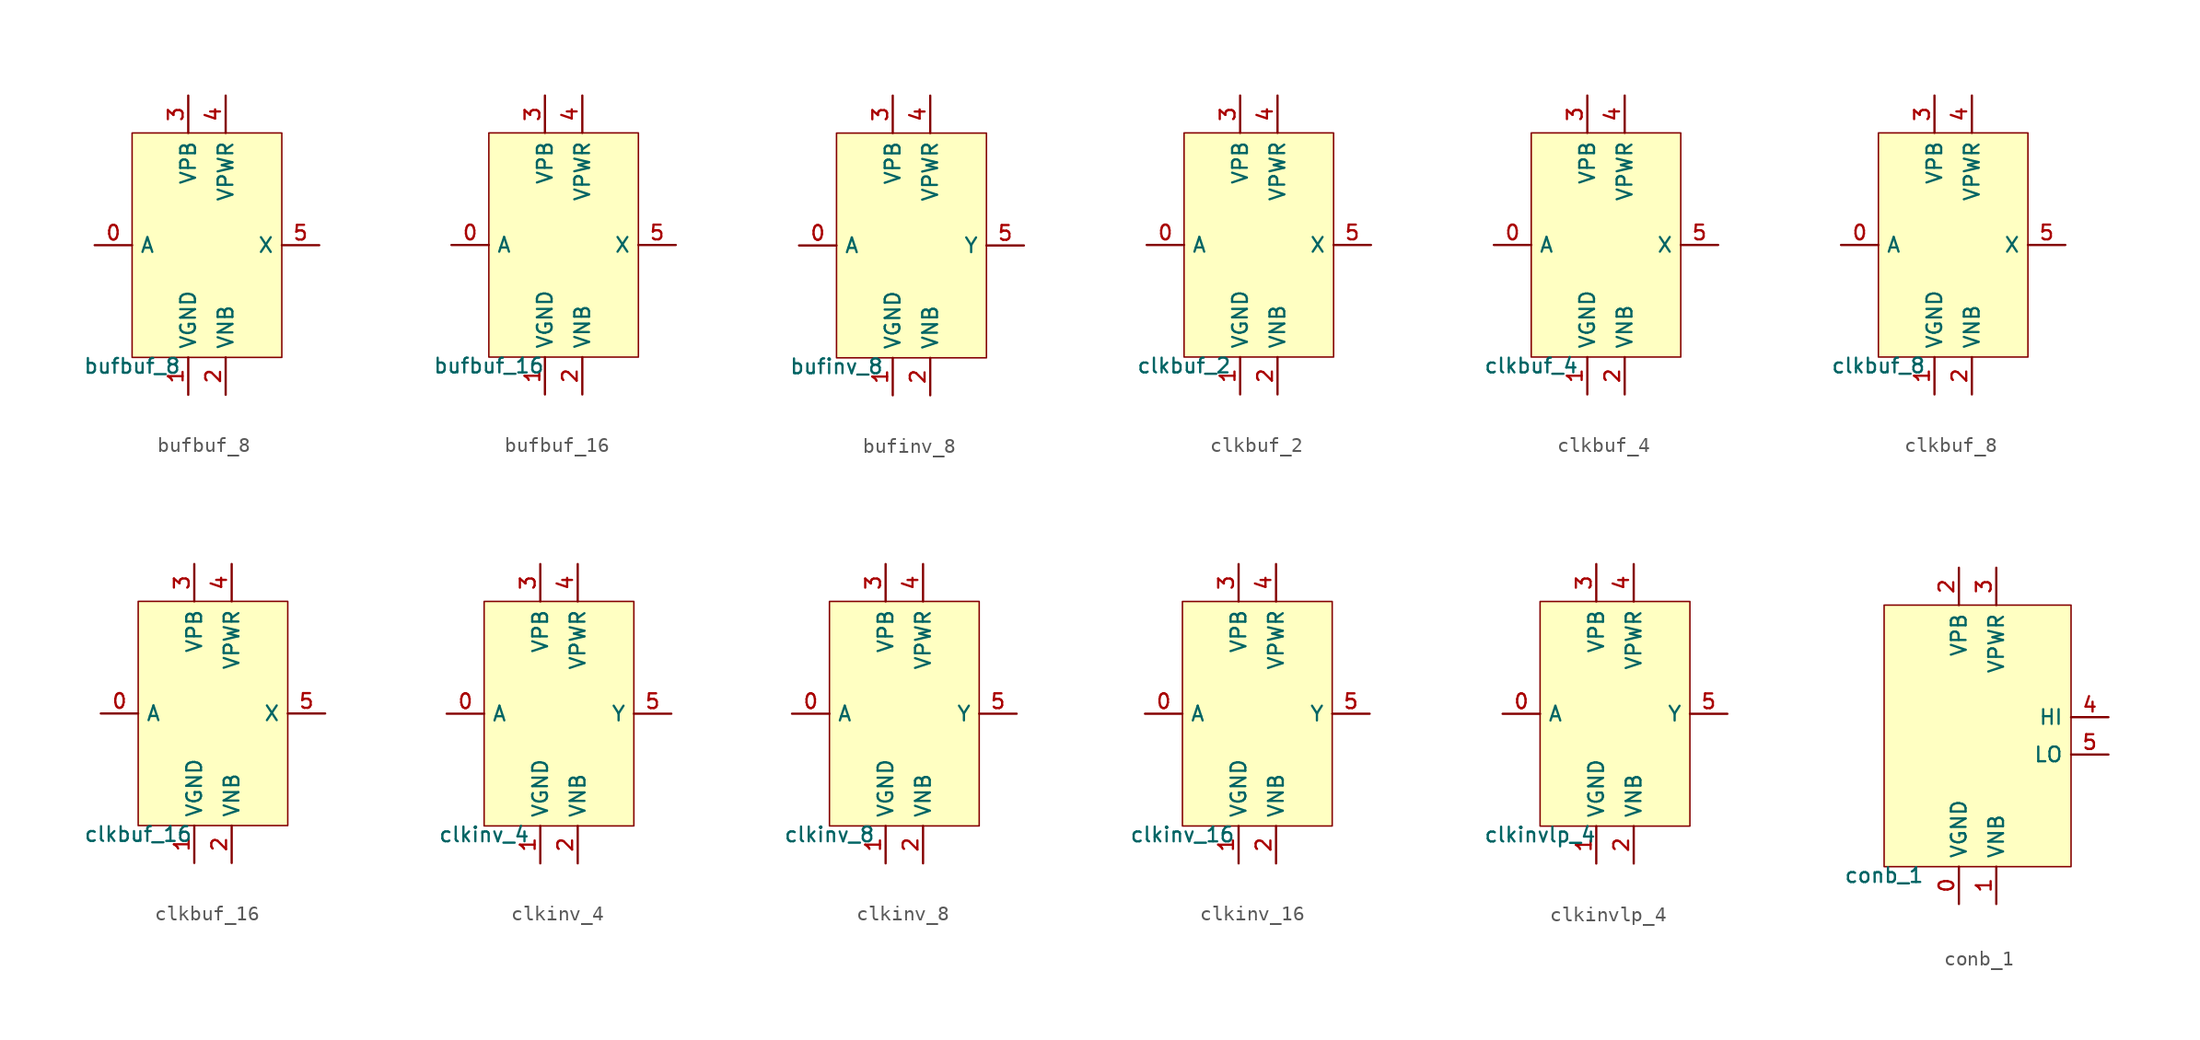
<source format=kicad_sym>
(kicad_symbol_lib
  (version 20211014)
  (generator pdk2kicad)
  (symbol "bufbuf_8"
    (property "Reference" "X"
      (at 0 0 0)
      (effects (font (size 1 1)) hide))
    (property "Value" "bufbuf_8"
      (at -5.08 -7.62 0)
      (effects (font (size 1 1)) (justify top)))
    (rectangle
      (start -5.08 -7.62)
      (end 5.08 7.62)
      (stroke (width 0.1) (type solid) (color 0 0 0 0))
      (fill (type background)))
    (pin input line
      (at -7.62 0.0 0)
      (length 2.54)
      (name "A" (effects (font (size 1 1)) hide))
      (number "0" (effects (font (size 1 1)) hide)))
    (pin power_in line
      (at -1.27 -10.16 90)
      (length 2.54)
      (name "VGND" (effects (font (size 1 1)) hide))
      (number "1" (effects (font (size 1 1)) hide)))
    (pin power_in line
      (at 1.27 -10.16 90)
      (length 2.54)
      (name "VNB" (effects (font (size 1 1)) hide))
      (number "2" (effects (font (size 1 1)) hide)))
    (pin power_in line
      (at -1.27 10.16 270)
      (length 2.54)
      (name "VPB" (effects (font (size 1 1)) hide))
      (number "3" (effects (font (size 1 1)) hide)))
    (pin power_in line
      (at 1.27 10.16 270)
      (length 2.54)
      (name "VPWR" (effects (font (size 1 1)) hide))
      (number "4" (effects (font (size 1 1)) hide)))
    (pin output line
      (at 7.62 0.0 180)
      (length 2.54)
      (name "X" (effects (font (size 1 1)) hide))
      (number "5" (effects (font (size 1 1)) hide))))
  (symbol "bufbuf_16"
    (property "Reference" "X"
      (at 0 0 0)
      (effects (font (size 1 1)) hide))
    (property "Value" "bufbuf_16"
      (at -5.08 -7.62 0)
      (effects (font (size 1 1)) (justify top)))
    (rectangle
      (start -5.08 -7.62)
      (end 5.08 7.62)
      (stroke (width 0.1) (type solid) (color 0 0 0 0))
      (fill (type background)))
    (pin input line
      (at -7.62 0.0 0)
      (length 2.54)
      (name "A" (effects (font (size 1 1)) hide))
      (number "0" (effects (font (size 1 1)) hide)))
    (pin power_in line
      (at -1.27 -10.16 90)
      (length 2.54)
      (name "VGND" (effects (font (size 1 1)) hide))
      (number "1" (effects (font (size 1 1)) hide)))
    (pin power_in line
      (at 1.27 -10.16 90)
      (length 2.54)
      (name "VNB" (effects (font (size 1 1)) hide))
      (number "2" (effects (font (size 1 1)) hide)))
    (pin power_in line
      (at -1.27 10.16 270)
      (length 2.54)
      (name "VPB" (effects (font (size 1 1)) hide))
      (number "3" (effects (font (size 1 1)) hide)))
    (pin power_in line
      (at 1.27 10.16 270)
      (length 2.54)
      (name "VPWR" (effects (font (size 1 1)) hide))
      (number "4" (effects (font (size 1 1)) hide)))
    (pin output line
      (at 7.62 0.0 180)
      (length 2.54)
      (name "X" (effects (font (size 1 1)) hide))
      (number "5" (effects (font (size 1 1)) hide))))
  (symbol "bufinv_8"
    (property "Reference" "X"
      (at 0 0 0)
      (effects (font (size 1 1)) hide))
    (property "Value" "bufinv_8"
      (at -5.08 -7.62 0)
      (effects (font (size 1 1)) (justify top)))
    (rectangle
      (start -5.08 -7.62)
      (end 5.08 7.62)
      (stroke (width 0.1) (type solid) (color 0 0 0 0))
      (fill (type background)))
    (pin input line
      (at -7.62 0.0 0)
      (length 2.54)
      (name "A" (effects (font (size 1 1)) hide))
      (number "0" (effects (font (size 1 1)) hide)))
    (pin power_in line
      (at -1.27 -10.16 90)
      (length 2.54)
      (name "VGND" (effects (font (size 1 1)) hide))
      (number "1" (effects (font (size 1 1)) hide)))
    (pin power_in line
      (at 1.27 -10.16 90)
      (length 2.54)
      (name "VNB" (effects (font (size 1 1)) hide))
      (number "2" (effects (font (size 1 1)) hide)))
    (pin power_in line
      (at -1.27 10.16 270)
      (length 2.54)
      (name "VPB" (effects (font (size 1 1)) hide))
      (number "3" (effects (font (size 1 1)) hide)))
    (pin power_in line
      (at 1.27 10.16 270)
      (length 2.54)
      (name "VPWR" (effects (font (size 1 1)) hide))
      (number "4" (effects (font (size 1 1)) hide)))
    (pin output line
      (at 7.62 0.0 180)
      (length 2.54)
      (name "Y" (effects (font (size 1 1)) hide))
      (number "5" (effects (font (size 1 1)) hide))))
  (symbol "clkbuf_2"
    (property "Reference" "X"
      (at 0 0 0)
      (effects (font (size 1 1)) hide))
    (property "Value" "clkbuf_2"
      (at -5.08 -7.62 0)
      (effects (font (size 1 1)) (justify top)))
    (rectangle
      (start -5.08 -7.62)
      (end 5.08 7.62)
      (stroke (width 0.1) (type solid) (color 0 0 0 0))
      (fill (type background)))
    (pin input line
      (at -7.62 0.0 0)
      (length 2.54)
      (name "A" (effects (font (size 1 1)) hide))
      (number "0" (effects (font (size 1 1)) hide)))
    (pin power_in line
      (at -1.27 -10.16 90)
      (length 2.54)
      (name "VGND" (effects (font (size 1 1)) hide))
      (number "1" (effects (font (size 1 1)) hide)))
    (pin power_in line
      (at 1.27 -10.16 90)
      (length 2.54)
      (name "VNB" (effects (font (size 1 1)) hide))
      (number "2" (effects (font (size 1 1)) hide)))
    (pin power_in line
      (at -1.27 10.16 270)
      (length 2.54)
      (name "VPB" (effects (font (size 1 1)) hide))
      (number "3" (effects (font (size 1 1)) hide)))
    (pin power_in line
      (at 1.27 10.16 270)
      (length 2.54)
      (name "VPWR" (effects (font (size 1 1)) hide))
      (number "4" (effects (font (size 1 1)) hide)))
    (pin output line
      (at 7.62 0.0 180)
      (length 2.54)
      (name "X" (effects (font (size 1 1)) hide))
      (number "5" (effects (font (size 1 1)) hide))))
  (symbol "clkbuf_4"
    (property "Reference" "X"
      (at 0 0 0)
      (effects (font (size 1 1)) hide))
    (property "Value" "clkbuf_4"
      (at -5.08 -7.62 0)
      (effects (font (size 1 1)) (justify top)))
    (rectangle
      (start -5.08 -7.62)
      (end 5.08 7.62)
      (stroke (width 0.1) (type solid) (color 0 0 0 0))
      (fill (type background)))
    (pin input line
      (at -7.62 0.0 0)
      (length 2.54)
      (name "A" (effects (font (size 1 1)) hide))
      (number "0" (effects (font (size 1 1)) hide)))
    (pin power_in line
      (at -1.27 -10.16 90)
      (length 2.54)
      (name "VGND" (effects (font (size 1 1)) hide))
      (number "1" (effects (font (size 1 1)) hide)))
    (pin power_in line
      (at 1.27 -10.16 90)
      (length 2.54)
      (name "VNB" (effects (font (size 1 1)) hide))
      (number "2" (effects (font (size 1 1)) hide)))
    (pin power_in line
      (at -1.27 10.16 270)
      (length 2.54)
      (name "VPB" (effects (font (size 1 1)) hide))
      (number "3" (effects (font (size 1 1)) hide)))
    (pin power_in line
      (at 1.27 10.16 270)
      (length 2.54)
      (name "VPWR" (effects (font (size 1 1)) hide))
      (number "4" (effects (font (size 1 1)) hide)))
    (pin output line
      (at 7.62 0.0 180)
      (length 2.54)
      (name "X" (effects (font (size 1 1)) hide))
      (number "5" (effects (font (size 1 1)) hide))))
  (symbol "clkbuf_8"
    (property "Reference" "X"
      (at 0 0 0)
      (effects (font (size 1 1)) hide))
    (property "Value" "clkbuf_8"
      (at -5.08 -7.62 0)
      (effects (font (size 1 1)) (justify top)))
    (rectangle
      (start -5.08 -7.62)
      (end 5.08 7.62)
      (stroke (width 0.1) (type solid) (color 0 0 0 0))
      (fill (type background)))
    (pin input line
      (at -7.62 0.0 0)
      (length 2.54)
      (name "A" (effects (font (size 1 1)) hide))
      (number "0" (effects (font (size 1 1)) hide)))
    (pin power_in line
      (at -1.27 -10.16 90)
      (length 2.54)
      (name "VGND" (effects (font (size 1 1)) hide))
      (number "1" (effects (font (size 1 1)) hide)))
    (pin power_in line
      (at 1.27 -10.16 90)
      (length 2.54)
      (name "VNB" (effects (font (size 1 1)) hide))
      (number "2" (effects (font (size 1 1)) hide)))
    (pin power_in line
      (at -1.27 10.16 270)
      (length 2.54)
      (name "VPB" (effects (font (size 1 1)) hide))
      (number "3" (effects (font (size 1 1)) hide)))
    (pin power_in line
      (at 1.27 10.16 270)
      (length 2.54)
      (name "VPWR" (effects (font (size 1 1)) hide))
      (number "4" (effects (font (size 1 1)) hide)))
    (pin output line
      (at 7.62 0.0 180)
      (length 2.54)
      (name "X" (effects (font (size 1 1)) hide))
      (number "5" (effects (font (size 1 1)) hide))))
  (symbol "clkbuf_16"
    (property "Reference" "X"
      (at 0 0 0)
      (effects (font (size 1 1)) hide))
    (property "Value" "clkbuf_16"
      (at -5.08 -7.62 0)
      (effects (font (size 1 1)) (justify top)))
    (rectangle
      (start -5.08 -7.62)
      (end 5.08 7.62)
      (stroke (width 0.1) (type solid) (color 0 0 0 0))
      (fill (type background)))
    (pin input line
      (at -7.62 0.0 0)
      (length 2.54)
      (name "A" (effects (font (size 1 1)) hide))
      (number "0" (effects (font (size 1 1)) hide)))
    (pin power_in line
      (at -1.27 -10.16 90)
      (length 2.54)
      (name "VGND" (effects (font (size 1 1)) hide))
      (number "1" (effects (font (size 1 1)) hide)))
    (pin power_in line
      (at 1.27 -10.16 90)
      (length 2.54)
      (name "VNB" (effects (font (size 1 1)) hide))
      (number "2" (effects (font (size 1 1)) hide)))
    (pin power_in line
      (at -1.27 10.16 270)
      (length 2.54)
      (name "VPB" (effects (font (size 1 1)) hide))
      (number "3" (effects (font (size 1 1)) hide)))
    (pin power_in line
      (at 1.27 10.16 270)
      (length 2.54)
      (name "VPWR" (effects (font (size 1 1)) hide))
      (number "4" (effects (font (size 1 1)) hide)))
    (pin output line
      (at 7.62 0.0 180)
      (length 2.54)
      (name "X" (effects (font (size 1 1)) hide))
      (number "5" (effects (font (size 1 1)) hide))))
  (symbol "clkinv_4"
    (property "Reference" "X"
      (at 0 0 0)
      (effects (font (size 1 1)) hide))
    (property "Value" "clkinv_4"
      (at -5.08 -7.62 0)
      (effects (font (size 1 1)) (justify top)))
    (rectangle
      (start -5.08 -7.62)
      (end 5.08 7.62)
      (stroke (width 0.1) (type solid) (color 0 0 0 0))
      (fill (type background)))
    (pin input line
      (at -7.62 0.0 0)
      (length 2.54)
      (name "A" (effects (font (size 1 1)) hide))
      (number "0" (effects (font (size 1 1)) hide)))
    (pin power_in line
      (at -1.27 -10.16 90)
      (length 2.54)
      (name "VGND" (effects (font (size 1 1)) hide))
      (number "1" (effects (font (size 1 1)) hide)))
    (pin power_in line
      (at 1.27 -10.16 90)
      (length 2.54)
      (name "VNB" (effects (font (size 1 1)) hide))
      (number "2" (effects (font (size 1 1)) hide)))
    (pin power_in line
      (at -1.27 10.16 270)
      (length 2.54)
      (name "VPB" (effects (font (size 1 1)) hide))
      (number "3" (effects (font (size 1 1)) hide)))
    (pin power_in line
      (at 1.27 10.16 270)
      (length 2.54)
      (name "VPWR" (effects (font (size 1 1)) hide))
      (number "4" (effects (font (size 1 1)) hide)))
    (pin output line
      (at 7.62 0.0 180)
      (length 2.54)
      (name "Y" (effects (font (size 1 1)) hide))
      (number "5" (effects (font (size 1 1)) hide))))
  (symbol "clkinv_8"
    (property "Reference" "X"
      (at 0 0 0)
      (effects (font (size 1 1)) hide))
    (property "Value" "clkinv_8"
      (at -5.08 -7.62 0)
      (effects (font (size 1 1)) (justify top)))
    (rectangle
      (start -5.08 -7.62)
      (end 5.08 7.62)
      (stroke (width 0.1) (type solid) (color 0 0 0 0))
      (fill (type background)))
    (pin input line
      (at -7.62 0.0 0)
      (length 2.54)
      (name "A" (effects (font (size 1 1)) hide))
      (number "0" (effects (font (size 1 1)) hide)))
    (pin power_in line
      (at -1.27 -10.16 90)
      (length 2.54)
      (name "VGND" (effects (font (size 1 1)) hide))
      (number "1" (effects (font (size 1 1)) hide)))
    (pin power_in line
      (at 1.27 -10.16 90)
      (length 2.54)
      (name "VNB" (effects (font (size 1 1)) hide))
      (number "2" (effects (font (size 1 1)) hide)))
    (pin power_in line
      (at -1.27 10.16 270)
      (length 2.54)
      (name "VPB" (effects (font (size 1 1)) hide))
      (number "3" (effects (font (size 1 1)) hide)))
    (pin power_in line
      (at 1.27 10.16 270)
      (length 2.54)
      (name "VPWR" (effects (font (size 1 1)) hide))
      (number "4" (effects (font (size 1 1)) hide)))
    (pin output line
      (at 7.62 0.0 180)
      (length 2.54)
      (name "Y" (effects (font (size 1 1)) hide))
      (number "5" (effects (font (size 1 1)) hide))))
  (symbol "clkinv_16"
    (property "Reference" "X"
      (at 0 0 0)
      (effects (font (size 1 1)) hide))
    (property "Value" "clkinv_16"
      (at -5.08 -7.62 0)
      (effects (font (size 1 1)) (justify top)))
    (rectangle
      (start -5.08 -7.62)
      (end 5.08 7.62)
      (stroke (width 0.1) (type solid) (color 0 0 0 0))
      (fill (type background)))
    (pin input line
      (at -7.62 0.0 0)
      (length 2.54)
      (name "A" (effects (font (size 1 1)) hide))
      (number "0" (effects (font (size 1 1)) hide)))
    (pin power_in line
      (at -1.27 -10.16 90)
      (length 2.54)
      (name "VGND" (effects (font (size 1 1)) hide))
      (number "1" (effects (font (size 1 1)) hide)))
    (pin power_in line
      (at 1.27 -10.16 90)
      (length 2.54)
      (name "VNB" (effects (font (size 1 1)) hide))
      (number "2" (effects (font (size 1 1)) hide)))
    (pin power_in line
      (at -1.27 10.16 270)
      (length 2.54)
      (name "VPB" (effects (font (size 1 1)) hide))
      (number "3" (effects (font (size 1 1)) hide)))
    (pin power_in line
      (at 1.27 10.16 270)
      (length 2.54)
      (name "VPWR" (effects (font (size 1 1)) hide))
      (number "4" (effects (font (size 1 1)) hide)))
    (pin output line
      (at 7.62 0.0 180)
      (length 2.54)
      (name "Y" (effects (font (size 1 1)) hide))
      (number "5" (effects (font (size 1 1)) hide))))
  (symbol "clkinvlp_4"
    (property "Reference" "X"
      (at 0 0 0)
      (effects (font (size 1 1)) hide))
    (property "Value" "clkinvlp_4"
      (at -5.08 -7.62 0)
      (effects (font (size 1 1)) (justify top)))
    (rectangle
      (start -5.08 -7.62)
      (end 5.08 7.62)
      (stroke (width 0.1) (type solid) (color 0 0 0 0))
      (fill (type background)))
    (pin input line
      (at -7.62 0.0 0)
      (length 2.54)
      (name "A" (effects (font (size 1 1)) hide))
      (number "0" (effects (font (size 1 1)) hide)))
    (pin power_in line
      (at -1.27 -10.16 90)
      (length 2.54)
      (name "VGND" (effects (font (size 1 1)) hide))
      (number "1" (effects (font (size 1 1)) hide)))
    (pin power_in line
      (at 1.27 -10.16 90)
      (length 2.54)
      (name "VNB" (effects (font (size 1 1)) hide))
      (number "2" (effects (font (size 1 1)) hide)))
    (pin power_in line
      (at -1.27 10.16 270)
      (length 2.54)
      (name "VPB" (effects (font (size 1 1)) hide))
      (number "3" (effects (font (size 1 1)) hide)))
    (pin power_in line
      (at 1.27 10.16 270)
      (length 2.54)
      (name "VPWR" (effects (font (size 1 1)) hide))
      (number "4" (effects (font (size 1 1)) hide)))
    (pin output line
      (at 7.62 0.0 180)
      (length 2.54)
      (name "Y" (effects (font (size 1 1)) hide))
      (number "5" (effects (font (size 1 1)) hide))))
  (symbol "conb_1"
    (property "Reference" "X"
      (at 0 0 0)
      (effects (font (size 1 1)) hide))
    (property "Value" "conb_1"
      (at -6.35 -8.89 0)
      (effects (font (size 1 1)) (justify top)))
    (rectangle
      (start -6.35 -8.89)
      (end 6.35 8.89)
      (stroke (width 0.1) (type solid) (color 0 0 0 0))
      (fill (type background)))
    (pin power_in line
      (at -1.27 -11.43 90)
      (length 2.54)
      (name "VGND" (effects (font (size 1 1)) hide))
      (number "0" (effects (font (size 1 1)) hide)))
    (pin power_in line
      (at 1.27 -11.43 90)
      (length 2.54)
      (name "VNB" (effects (font (size 1 1)) hide))
      (number "1" (effects (font (size 1 1)) hide)))
    (pin power_in line
      (at -1.27 11.43 270)
      (length 2.54)
      (name "VPB" (effects (font (size 1 1)) hide))
      (number "2" (effects (font (size 1 1)) hide)))
    (pin power_in line
      (at 1.27 11.43 270)
      (length 2.54)
      (name "VPWR" (effects (font (size 1 1)) hide))
      (number "3" (effects (font (size 1 1)) hide)))
    (pin output line
      (at 8.89 1.27 180)
      (length 2.54)
      (name "HI" (effects (font (size 1 1)) hide))
      (number "4" (effects (font (size 1 1)) hide)))
    (pin output line
      (at 8.89 -1.27 180)
      (length 2.54)
      (name "LO" (effects (font (size 1 1)) hide))
      (number "5" (effects (font (size 1 1)) hide)))))
</source>
